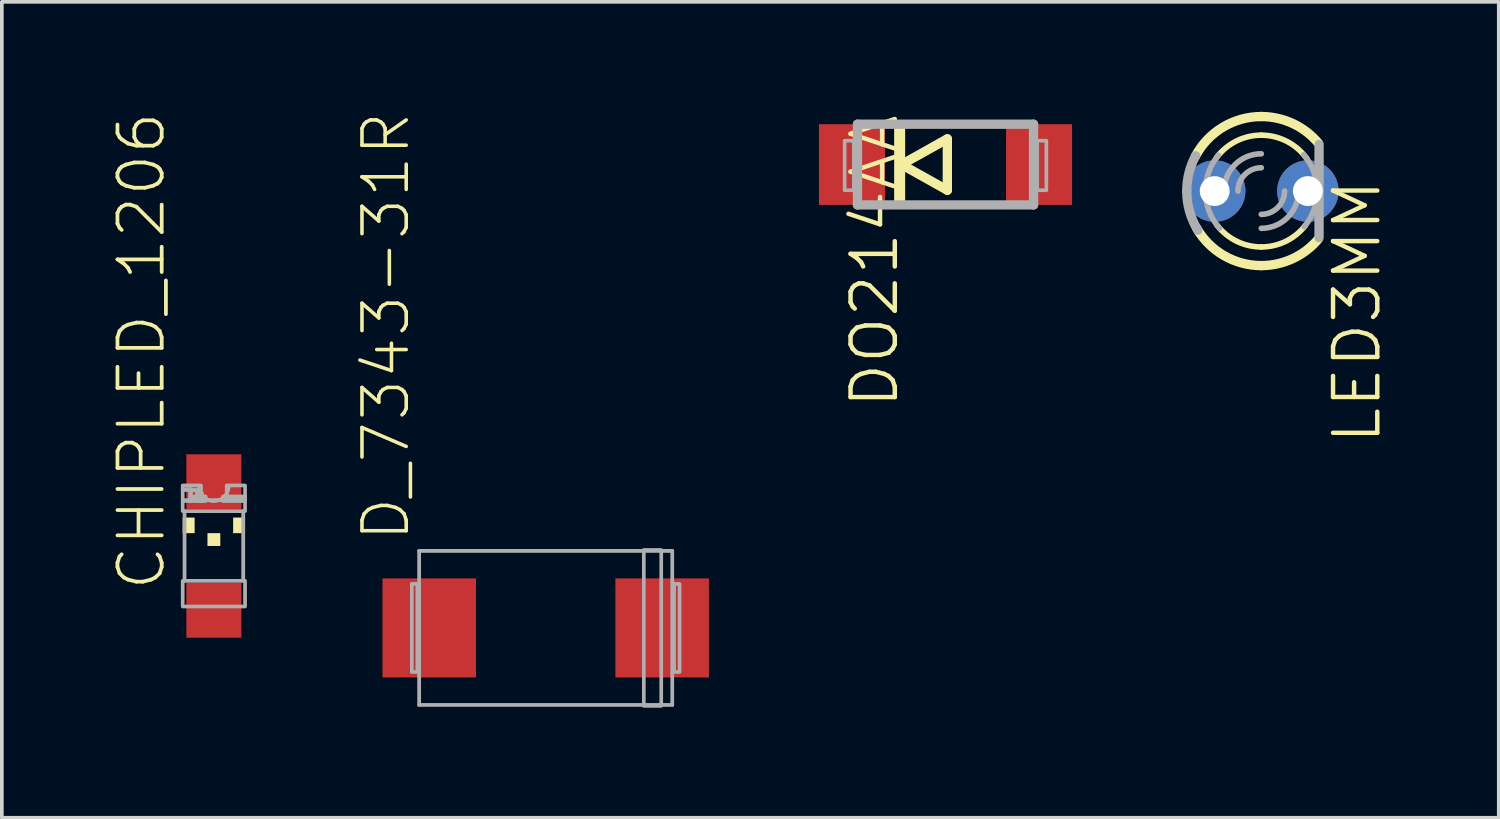
<source format=kicad_pcb>
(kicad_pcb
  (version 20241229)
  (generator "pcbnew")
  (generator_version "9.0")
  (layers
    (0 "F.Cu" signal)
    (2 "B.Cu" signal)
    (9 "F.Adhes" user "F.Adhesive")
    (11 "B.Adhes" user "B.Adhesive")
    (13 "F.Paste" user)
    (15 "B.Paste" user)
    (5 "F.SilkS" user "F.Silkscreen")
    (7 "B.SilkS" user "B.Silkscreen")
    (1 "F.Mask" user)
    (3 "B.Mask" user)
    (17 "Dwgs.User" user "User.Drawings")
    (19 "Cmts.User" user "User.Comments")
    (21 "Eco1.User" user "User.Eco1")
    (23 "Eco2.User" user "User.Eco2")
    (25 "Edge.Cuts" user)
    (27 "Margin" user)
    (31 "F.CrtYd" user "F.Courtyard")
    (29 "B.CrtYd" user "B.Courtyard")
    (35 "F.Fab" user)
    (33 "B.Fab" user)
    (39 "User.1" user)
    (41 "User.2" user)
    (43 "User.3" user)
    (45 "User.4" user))
  (footprint "DO214AA"
    (layer "F.Cu")
    (at 22.727 1.436)
    (property "Reference" "DO214AA" (at -2.64 -1.436 90) (layer "F.SilkS") (effects (font (size 1.206 1.206) (thickness 0.121)) (justify right top)))
    (attr through_hole)
    (fp_line (start -1.2 0) (end 0.05 -0.7) (stroke (width 0.254) (type solid)) (layer "F.SilkS"))
    (fp_line (start 0.05 -0.7) (end 0.05 0.7) (stroke (width 0.254) (type solid)) (layer "F.SilkS"))
    (fp_line (start 0.05 0.7) (end -1.2 0) (stroke (width 0.254) (type solid)) (layer "F.SilkS"))
    (fp_poly (pts (xy -1.4 1.05) (xy -1.1 1.05) (xy -1.1 -1.05) (xy -1.4 -1.05)) (stroke (width 0) (type solid)) (fill yes) (layer "F.SilkS"))
    (fp_line (start -2.4 -1.1) (end 2.4 -1.1) (stroke (width 0.254) (type solid)) (layer "F.Fab"))
    (fp_line (start -2.4 1.1) (end -2.4 -1.1) (stroke (width 0.254) (type solid)) (layer "F.Fab"))
    (fp_line (start 2.4 -1.1) (end 2.4 1.1) (stroke (width 0.254) (type solid)) (layer "F.Fab"))
    (fp_line (start 2.4 1.1) (end -2.4 1.1) (stroke (width 0.254) (type solid)) (layer "F.Fab"))
    (fp_poly (pts (xy -2.75 0.7) (xy -2.5 0.7) (xy -2.5 -0.65) (xy -2.75 -0.65)) (stroke (width 0.1) (type solid)) (fill no) (layer "F.Fab"))
    (fp_poly (pts (xy 2.5 0.7) (xy 2.75 0.7) (xy 2.75 -0.65) (xy 2.5 -0.65)) (stroke (width 0.1) (type solid)) (fill no) (layer "F.Fab"))
    (pad "A" smd rect (at 2.55 0) (size 1.8 2.2) (layers "F.Cu" "F.Mask" "F.Paste"))
    (pad "C" smd rect (at -2.55 0) (size 1.8 2.2) (layers "F.Cu" "F.Mask" "F.Paste")))
  (footprint "LED3MM"
    (layer "F.Cu")
    (at 31.336 2.159)
    (property "Reference" "LED3MM" (at 1.905 -0.381 270) (layer "F.SilkS") (effects (font (size 1.206 1.206) (thickness 0.121)) (justify right top)))
    (attr through_hole)
    (fp_arc (start -1.7929 -0.9562) (mid -1.045438 -1.7424) (end 0 -2.032) (stroke (width 0.254) (type solid)) (layer "F.SilkS"))
    (fp_arc (start -1.2192 -0.9144) (mid -0.681554 -1.363107) (end 0 -1.524) (stroke (width 0.1524) (type solid)) (layer "F.SilkS"))
    (fp_arc (start 0 -2.032) (mid 0.861864 -1.840173) (end 1.561 -1.3009) (stroke (width 0.254) (type solid)) (layer "F.SilkS"))
    (fp_arc (start 0 -1.524) (mid 0.697339 -1.355082) (end 1.2401 -0.885801) (stroke (width 0.1524) (type solid)) (layer "F.SilkS"))
    (fp_arc (start 0 1.524) (mid -0.669593 1.369018) (end -1.203 0.9356) (stroke (width 0.1524) (type solid)) (layer "F.SilkS"))
    (fp_arc (start 0 2.032) (mid -1.019924 1.757525) (end -1.7643 1.0082) (stroke (width 0.254) (type solid)) (layer "F.SilkS"))
    (fp_arc (start 1.203 0.9356) (mid 0.669593 1.369018) (end 0 1.524) (stroke (width 0.1524) (type solid)) (layer "F.SilkS"))
    (fp_arc (start 1.5512 1.3126) (mid 0.854953 1.843405) (end 0 2.032) (stroke (width 0.254) (type solid)) (layer "F.SilkS"))
    (fp_line (start 1.575 1.27) (end 1.575 -1.27) (stroke (width 0.254) (type solid)) (layer "F.Fab"))
    (fp_arc (start -2.032 0) (mid -1.970339 -0.496775) (end -1.7891 -0.9634) (stroke (width 0.254) (type solid)) (layer "F.Fab"))
    (fp_arc (start -1.7306 1.065) (mid -1.95521 0.553417) (end -2.032 0) (stroke (width 0.254) (type solid)) (layer "F.Fab"))
    (fp_arc (start -1.524 0) (mid -1.432981 -0.518783) (end -1.1708 -0.9756) (stroke (width 0.1524) (type solid)) (layer "F.Fab"))
    (fp_arc (start -1.1391 1.0125) (mid -1.42454 0.5416) (end -1.524 0) (stroke (width 0.1524) (type solid)) (layer "F.Fab"))
    (fp_arc (start -1.016 0) (mid -0.71842 -0.71842) (end 0 -1.016) (stroke (width 0.1524) (type solid)) (layer "F.Fab"))
    (fp_arc (start -0.635 0) (mid -0.449013 -0.449013) (end 0 -0.635) (stroke (width 0.1524) (type solid)) (layer "F.Fab"))
    (fp_arc (start 0.635 0) (mid 0.449013 0.449013) (end 0 0.635) (stroke (width 0.1524) (type solid)) (layer "F.Fab"))
    (fp_arc (start 1.016 0) (mid 0.71842 0.71842) (end 0 1.016) (stroke (width 0.1524) (type solid)) (layer "F.Fab"))
    (fp_arc (start 1.1571 -0.9918) (mid 1.429332 -0.528744) (end 1.524 0) (stroke (width 0.1524) (type solid)) (layer "F.Fab"))
    (fp_arc (start 1.524 0) (mid 1.432981 0.518783) (end 1.1708 0.9756) (stroke (width 0.1524) (type solid)) (layer "F.Fab"))
    (pad "A" thru_hole circle (at -1.27 0) (size 1.676 1.676) (drill 0.813) (layers "*.Cu" "*.Mask"))
    (pad "K" thru_hole circle (at 1.27 0) (size 1.676 1.676) (drill 0.813) (layers "*.Cu" "*.Mask")))
  (footprint "CHIPLED_1206"
    (layer "F.Cu")
    (at 2.781 11.835)
    (property "Reference" "CHIPLED_1206" (at -1.27 1.27 90) (layer "F.SilkS") (effects (font (size 1.206 1.206) (thickness 0.102)) (justify left bottom)))
    (attr through_hole)
    (fp_poly (pts (xy -0.85 -0.35) (xy -0.525 -0.35) (xy -0.525 -0.775) (xy -0.85 -0.775)) (stroke (width 0) (type solid)) (fill yes) (layer "F.SilkS"))
    (fp_poly (pts (xy -0.175 0) (xy 0.175 0) (xy 0.175 -0.35) (xy -0.175 -0.35)) (stroke (width 0) (type solid)) (fill yes) (layer "F.SilkS"))
    (fp_poly (pts (xy 0.525 -0.35) (xy 0.85 -0.35) (xy 0.85 -0.775) (xy 0.525 -0.775)) (stroke (width 0) (type solid)) (fill yes) (layer "F.SilkS"))
    (fp_line (start -0.8 0.95) (end -0.8 -0.95) (stroke (width 0.102) (type solid)) (layer "F.Fab"))
    (fp_line (start 0.8 -0.95) (end 0.8 0.95) (stroke (width 0.102) (type solid)) (layer "F.Fab"))
    (fp_arc (start 0.4 -1.599998) (mid -0.000001 -1.224968) (end -0.4 -1.6) (stroke (width 0.1016) (type solid)) (layer "F.Fab"))
    (fp_circle (center -0.55 -1.425) (end -0.45 -1.425) (stroke (width 0.102) (type solid)) (fill no) (layer "F.Fab"))
    (fp_poly (pts (xy -0.85 -1.525) (xy -0.35 -1.525) (xy -0.35 -1.65) (xy -0.85 -1.65)) (stroke (width 0.1) (type solid)) (fill no) (layer "F.Fab"))
    (fp_poly (pts (xy -0.85 -1.225) (xy -0.625 -1.225) (xy -0.625 -1.55) (xy -0.85 -1.55)) (stroke (width 0.1) (type solid)) (fill no) (layer "F.Fab"))
    (fp_poly (pts (xy -0.85 -0.95) (xy 0.85 -0.95) (xy 0.85 -1.25) (xy -0.85 -1.25)) (stroke (width 0.1) (type solid)) (fill no) (layer "F.Fab"))
    (fp_poly (pts (xy -0.85 1.65) (xy 0.85 1.65) (xy 0.85 0.95) (xy -0.85 0.95)) (stroke (width 0.1) (type solid)) (fill no) (layer "F.Fab"))
    (fp_poly (pts (xy -0.65 -1.225) (xy -0.225 -1.225) (xy -0.225 -1.35) (xy -0.65 -1.35)) (stroke (width 0.1) (type solid)) (fill no) (layer "F.Fab"))
    (fp_poly (pts (xy -0.45 -1.225) (xy -0.325 -1.225) (xy -0.325 -1.45) (xy -0.45 -1.45)) (stroke (width 0.1) (type solid)) (fill no) (layer "F.Fab"))
    (fp_poly (pts (xy 0.25 -1.225) (xy 0.85 -1.225) (xy 0.85 -1.35) (xy 0.25 -1.35)) (stroke (width 0.1) (type solid)) (fill no) (layer "F.Fab"))
    (fp_poly (pts (xy 0.35 -1.3) (xy 0.85 -1.3) (xy 0.85 -1.65) (xy 0.35 -1.65)) (stroke (width 0.1) (type solid)) (fill no) (layer "F.Fab"))
    (pad "A" smd rect (at 0 1.75) (size 1.5 1.5) (layers "F.Cu" "F.Mask" "F.Paste"))
    (pad "C" smd rect (at 0 -1.75) (size 1.5 1.5) (layers "F.Cu" "F.Mask" "F.Paste")))
  (footprint "D_7343-31R"
    (layer "F.Cu")
    (at 11.827 14.069)
    (property "Reference" "D_7343-31R" (at -3.65 -2.3 270) (layer "F.SilkS") (effects (font (size 1.206 1.206) (thickness 0.097)) (justify left bottom)))
    (attr through_hole)
    (fp_line (start -3.45 -2.1) (end 3.45 -2.1) (stroke (width 0.102) (type solid)) (layer "F.Fab"))
    (fp_line (start -3.45 2.1) (end -3.45 -2.1) (stroke (width 0.102) (type solid)) (layer "F.Fab"))
    (fp_line (start 3.45 -2.1) (end 3.45 2.1) (stroke (width 0.102) (type solid)) (layer "F.Fab"))
    (fp_line (start 3.45 2.1) (end -3.45 2.1) (stroke (width 0.102) (type solid)) (layer "F.Fab"))
    (fp_poly (pts (xy -3.65 1.2) (xy -3.5 1.2) (xy -3.5 -1.2) (xy -3.65 -1.2)) (stroke (width 0.1) (type solid)) (fill no) (layer "F.Fab"))
    (fp_poly (pts (xy 2.675 2.125) (xy 3.15 2.125) (xy 3.15 -2.125) (xy 2.675 -2.125)) (stroke (width 0.1) (type solid)) (fill no) (layer "F.Fab"))
    (fp_poly (pts (xy 3.5 1.2) (xy 3.65 1.2) (xy 3.65 -1.2) (xy 3.5 -1.2)) (stroke (width 0.1) (type solid)) (fill no) (layer "F.Fab"))
    (pad "+" smd rect (at 3.175 0) (size 2.55 2.7) (layers "F.Cu" "F.Mask" "F.Paste"))
    (pad "-" smd rect (at -3.175 0) (size 2.55 2.7) (layers "F.Cu" "F.Mask" "F.Paste")))
  (gr_rect
    (start -3 -3)
    (end 37.81 19.244)
    (stroke (width 0.1) (type default))
    (fill no)
    (layer "Edge.Cuts")))
</source>
